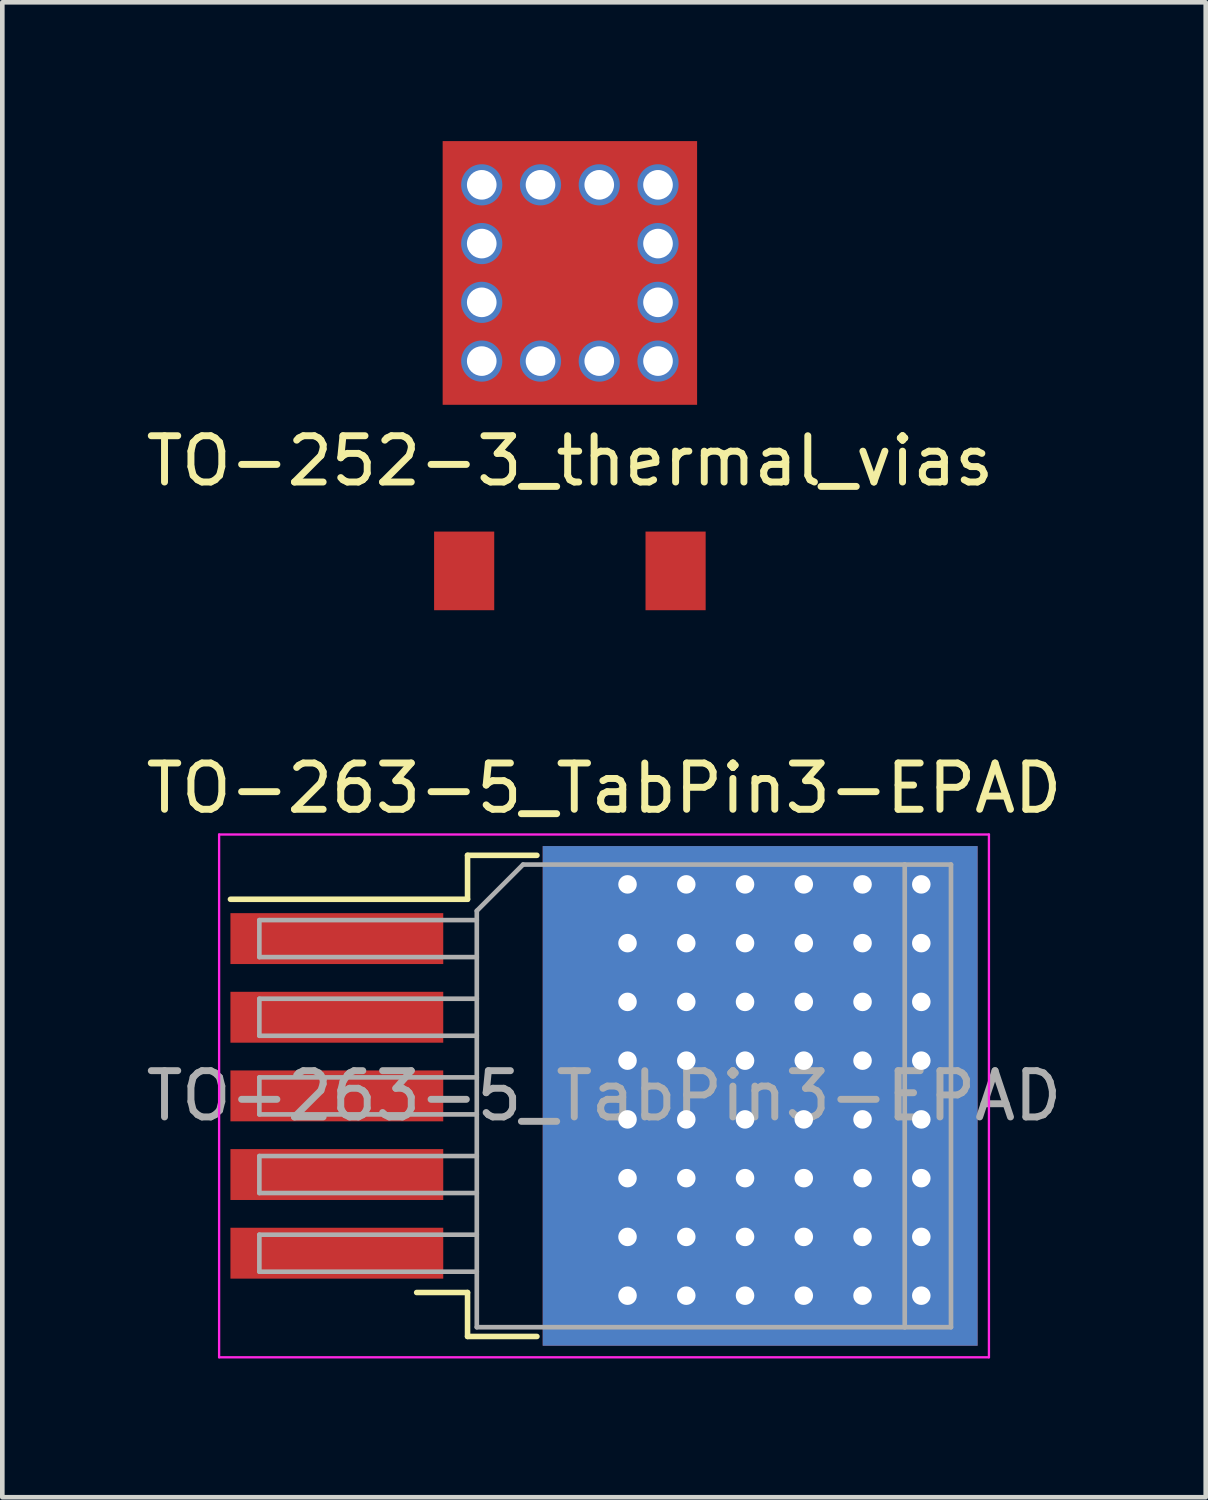
<source format=kicad_pcb>
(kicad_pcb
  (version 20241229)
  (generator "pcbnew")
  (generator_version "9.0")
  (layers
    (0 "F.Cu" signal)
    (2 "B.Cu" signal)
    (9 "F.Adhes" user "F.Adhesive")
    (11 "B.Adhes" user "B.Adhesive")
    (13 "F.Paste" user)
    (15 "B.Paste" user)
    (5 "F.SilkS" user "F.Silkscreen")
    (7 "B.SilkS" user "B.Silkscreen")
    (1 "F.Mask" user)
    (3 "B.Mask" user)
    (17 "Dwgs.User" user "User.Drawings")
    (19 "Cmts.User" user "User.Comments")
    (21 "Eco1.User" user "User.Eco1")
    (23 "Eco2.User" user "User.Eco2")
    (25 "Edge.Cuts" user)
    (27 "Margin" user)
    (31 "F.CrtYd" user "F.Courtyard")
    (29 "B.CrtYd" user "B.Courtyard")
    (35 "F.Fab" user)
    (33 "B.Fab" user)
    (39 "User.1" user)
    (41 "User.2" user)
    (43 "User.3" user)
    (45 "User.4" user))
  (footprint "TO-252-3_thermal_vias"
    (layer "F.Cu")
    (at 9.268 2.85)
    (property "Reference" "TO-252-3_thermal_vias" (at 0 4.064 0) (layer "F.SilkS") (effects (font (size 1 1) (thickness 0.15))))
    (attr through_hole)
    (pad "" thru_hole circle (at -1.905 -1.905) (size 0.89 0.89) (drill 0.64) (layers "*.Cu" "B.Mask" "B.Paste"))
    (pad "" thru_hole circle (at -1.905 -0.635) (size 0.89 0.89) (drill 0.64) (layers "*.Cu" "B.Mask" "B.Paste"))
    (pad "" thru_hole circle (at -1.905 0.635) (size 0.89 0.89) (drill 0.64) (layers "*.Cu" "B.Mask" "B.Paste"))
    (pad "" thru_hole circle (at -1.905 1.905) (size 0.89 0.89) (drill 0.64) (layers "*.Cu" "B.Mask" "B.Paste"))
    (pad "" thru_hole circle (at -0.635 -1.905) (size 0.89 0.89) (drill 0.64) (layers "*.Cu" "B.Mask" "B.Paste"))
    (pad "" thru_hole circle (at -0.635 1.905) (size 0.89 0.89) (drill 0.64) (layers "*.Cu" "B.Mask" "B.Paste"))
    (pad "" thru_hole circle (at 0.635 -1.905 90) (size 0.89 0.89) (drill 0.64) (layers "*.Cu" "B.Mask" "B.Paste"))
    (pad "" thru_hole circle (at 0.635 1.905) (size 0.89 0.89) (drill 0.64) (layers "*.Cu" "B.Mask" "B.Paste"))
    (pad "" thru_hole circle (at 1.905 -1.905) (size 0.89 0.89) (drill 0.64) (layers "*.Cu" "B.Mask" "B.Paste"))
    (pad "" thru_hole circle (at 1.905 -0.635) (size 0.89 0.89) (drill 0.64) (layers "*.Cu" "B.Mask" "B.Paste"))
    (pad "" thru_hole circle (at 1.905 0.635) (size 0.89 0.89) (drill 0.64) (layers "*.Cu" "B.Mask" "B.Paste"))
    (pad "" thru_hole circle (at 1.905 1.905) (size 0.89 0.89) (drill 0.64) (layers "*.Cu" "B.Mask" "B.Paste"))
    (pad "1" smd rect (at -2.285 6.44) (size 1.3 1.7) (layers "F.Cu" "F.Mask" "F.Paste"))
    (pad "2" smd rect (at 0 0) (size 5.5 5.7) (layers "F.Cu"))
    (pad "3" smd rect (at 2.285 6.44) (size 1.3 1.7) (layers "F.Cu" "F.Mask" "F.Paste")))
  (footprint "TO-263-5_TabPin3-EPAD"
    (layer "F.Cu")
    (at 10.006 20.638)
    (property "Reference" "TO-263-5_TabPin3-EPAD" (at 0 -6.65 0) (layer "F.SilkS") (effects (font (size 1 1) (thickness 0.15))))
    (attr smd)
    (fp_line (start -2.95 -5.2) (end -2.95 -4.25) (stroke (width 0.12) (type solid)) (layer "F.SilkS"))
    (fp_line (start -2.95 -4.25) (end -8.075 -4.25) (stroke (width 0.12) (type solid)) (layer "F.SilkS"))
    (fp_line (start -2.95 4.25) (end -4.05 4.25) (stroke (width 0.12) (type solid)) (layer "F.SilkS"))
    (fp_line (start -2.95 5.2) (end -2.95 4.25) (stroke (width 0.12) (type solid)) (layer "F.SilkS"))
    (fp_line (start -1.45 -5.2) (end -2.95 -5.2) (stroke (width 0.12) (type solid)) (layer "F.SilkS"))
    (fp_line (start -1.45 5.2) (end -2.95 5.2) (stroke (width 0.12) (type solid)) (layer "F.SilkS"))
    (fp_line (start -8.32 -5.65) (end -8.32 5.65) (stroke (width 0.05) (type solid)) (layer "F.CrtYd"))
    (fp_line (start -8.32 5.65) (end 8.32 5.65) (stroke (width 0.05) (type solid)) (layer "F.CrtYd"))
    (fp_line (start 8.32 -5.65) (end -8.32 -5.65) (stroke (width 0.05) (type solid)) (layer "F.CrtYd"))
    (fp_line (start 8.32 5.65) (end 8.32 -5.65) (stroke (width 0.05) (type solid)) (layer "F.CrtYd"))
    (fp_line (start -7.45 -3.8) (end -7.45 -3) (stroke (width 0.1) (type solid)) (layer "F.Fab"))
    (fp_line (start -7.45 -3) (end -2.75 -3) (stroke (width 0.1) (type solid)) (layer "F.Fab"))
    (fp_line (start -7.45 -2.1) (end -7.45 -1.3) (stroke (width 0.1) (type solid)) (layer "F.Fab"))
    (fp_line (start -7.45 -1.3) (end -2.75 -1.3) (stroke (width 0.1) (type solid)) (layer "F.Fab"))
    (fp_line (start -7.45 -0.4) (end -7.45 0.4) (stroke (width 0.1) (type solid)) (layer "F.Fab"))
    (fp_line (start -7.45 0.4) (end -2.75 0.4) (stroke (width 0.1) (type solid)) (layer "F.Fab"))
    (fp_line (start -7.45 1.3) (end -7.45 2.1) (stroke (width 0.1) (type solid)) (layer "F.Fab"))
    (fp_line (start -7.45 2.1) (end -2.75 2.1) (stroke (width 0.1) (type solid)) (layer "F.Fab"))
    (fp_line (start -7.45 3) (end -7.45 3.8) (stroke (width 0.1) (type solid)) (layer "F.Fab"))
    (fp_line (start -7.45 3.8) (end -2.75 3.8) (stroke (width 0.1) (type solid)) (layer "F.Fab"))
    (fp_line (start -2.75 -4) (end -1.75 -5) (stroke (width 0.1) (type solid)) (layer "F.Fab"))
    (fp_line (start -2.75 -3.8) (end -7.45 -3.8) (stroke (width 0.1) (type solid)) (layer "F.Fab"))
    (fp_line (start -2.75 -2.1) (end -7.45 -2.1) (stroke (width 0.1) (type solid)) (layer "F.Fab"))
    (fp_line (start -2.75 -0.4) (end -7.45 -0.4) (stroke (width 0.1) (type solid)) (layer "F.Fab"))
    (fp_line (start -2.75 1.3) (end -7.45 1.3) (stroke (width 0.1) (type solid)) (layer "F.Fab"))
    (fp_line (start -2.75 3) (end -7.45 3) (stroke (width 0.1) (type solid)) (layer "F.Fab"))
    (fp_line (start -2.75 5) (end -2.75 -4) (stroke (width 0.1) (type solid)) (layer "F.Fab"))
    (fp_line (start -1.75 -5) (end 6.5 -5) (stroke (width 0.1) (type solid)) (layer "F.Fab"))
    (fp_line (start 6.5 -5) (end 6.5 5) (stroke (width 0.1) (type solid)) (layer "F.Fab"))
    (fp_line (start 6.5 -5) (end 7.5 -5) (stroke (width 0.1) (type solid)) (layer "F.Fab"))
    (fp_line (start 6.5 5) (end -2.75 5) (stroke (width 0.1) (type solid)) (layer "F.Fab"))
    (fp_line (start 7.5 -5) (end 7.5 5) (stroke (width 0.1) (type solid)) (layer "F.Fab"))
    (fp_line (start 7.5 5) (end 6.5 5) (stroke (width 0.1) (type solid)) (layer "F.Fab"))
    (fp_text user "${REFERENCE}" (at 0 0 0) (layer "F.Fab") (effects (font (size 1 1) (thickness 0.15))))
    (pad "" smd rect (at 0.95 -2.775) (size 4.55 5.25) (layers "F.Paste"))
    (pad "" smd rect (at 0.95 2.775) (size 4.55 5.25) (layers "F.Paste"))
    (pad "" smd rect (at 5.8 -2.775) (size 4.55 5.25) (layers "F.Paste"))
    (pad "" smd rect (at 5.8 2.775) (size 4.55 5.25) (layers "F.Paste"))
    (pad "1" smd rect (at -5.775 -3.4) (size 4.6 1.1) (layers "F.Cu" "F.Mask" "F.Paste"))
    (pad "2" smd rect (at -5.775 -1.7) (size 4.6 1.1) (layers "F.Cu" "F.Mask" "F.Paste"))
    (pad "3" smd rect (at -5.775 0) (size 4.6 1.1) (layers "F.Cu" "F.Mask" "F.Paste"))
    (pad "3" thru_hole circle (at 0.508 -4.572) (size 0.8 0.8) (drill 0.4) (layers "*.Cu" "*.Mask"))
    (pad "3" thru_hole circle (at 0.508 -3.302) (size 0.8 0.8) (drill 0.4) (layers "*.Cu" "*.Mask"))
    (pad "3" thru_hole circle (at 0.508 -2.032) (size 0.8 0.8) (drill 0.4) (layers "*.Cu" "*.Mask"))
    (pad "3" thru_hole circle (at 0.508 -0.762) (size 0.8 0.8) (drill 0.4) (layers "*.Cu" "*.Mask"))
    (pad "3" thru_hole circle (at 0.508 0.508) (size 0.8 0.8) (drill 0.4) (layers "*.Cu" "*.Mask"))
    (pad "3" thru_hole circle (at 0.508 1.778) (size 0.8 0.8) (drill 0.4) (layers "*.Cu" "*.Mask"))
    (pad "3" thru_hole circle (at 0.508 3.048) (size 0.8 0.8) (drill 0.4) (layers "*.Cu" "*.Mask"))
    (pad "3" thru_hole circle (at 0.508 4.318) (size 0.8 0.8) (drill 0.4) (layers "*.Cu" "*.Mask"))
    (pad "3" thru_hole circle (at 1.778 -4.572) (size 0.8 0.8) (drill 0.4) (layers "*.Cu" "*.Mask"))
    (pad "3" thru_hole circle (at 1.778 -3.302) (size 0.8 0.8) (drill 0.4) (layers "*.Cu" "*.Mask"))
    (pad "3" thru_hole circle (at 1.778 -2.032) (size 0.8 0.8) (drill 0.4) (layers "*.Cu" "*.Mask"))
    (pad "3" thru_hole circle (at 1.778 -0.762) (size 0.8 0.8) (drill 0.4) (layers "*.Cu" "*.Mask"))
    (pad "3" thru_hole circle (at 1.778 0.508) (size 0.8 0.8) (drill 0.4) (layers "*.Cu" "*.Mask"))
    (pad "3" thru_hole circle (at 1.778 1.778) (size 0.8 0.8) (drill 0.4) (layers "*.Cu" "*.Mask"))
    (pad "3" thru_hole circle (at 1.778 3.048) (size 0.8 0.8) (drill 0.4) (layers "*.Cu" "*.Mask"))
    (pad "3" thru_hole circle (at 1.778 4.318) (size 0.8 0.8) (drill 0.4) (layers "*.Cu" "*.Mask"))
    (pad "3" thru_hole circle (at 3.048 -4.572) (size 0.8 0.8) (drill 0.4) (layers "*.Cu" "*.Mask"))
    (pad "3" thru_hole circle (at 3.048 -3.302) (size 0.8 0.8) (drill 0.4) (layers "*.Cu" "*.Mask"))
    (pad "3" thru_hole circle (at 3.048 -2.032) (size 0.8 0.8) (drill 0.4) (layers "*.Cu" "*.Mask"))
    (pad "3" thru_hole circle (at 3.048 -0.762) (size 0.8 0.8) (drill 0.4) (layers "*.Cu" "*.Mask"))
    (pad "3" thru_hole circle (at 3.048 0.508) (size 0.8 0.8) (drill 0.4) (layers "*.Cu" "*.Mask"))
    (pad "3" thru_hole circle (at 3.048 1.778) (size 0.8 0.8) (drill 0.4) (layers "*.Cu" "*.Mask"))
    (pad "3" thru_hole circle (at 3.048 3.048) (size 0.8 0.8) (drill 0.4) (layers "*.Cu" "*.Mask"))
    (pad "3" thru_hole circle (at 3.048 4.318) (size 0.8 0.8) (drill 0.4) (layers "*.Cu" "*.Mask"))
    (pad "3" smd rect (at 3.375 0) (size 9.4 10.8) (layers "F.Cu" "F.Mask"))
    (pad "3" smd rect (at 3.375 0) (size 9.4 10.8) (layers "B.Cu"))
    (pad "3" thru_hole circle (at 4.318 -4.572) (size 0.8 0.8) (drill 0.4) (layers "*.Cu" "*.Mask"))
    (pad "3" thru_hole circle (at 4.318 -3.302) (size 0.8 0.8) (drill 0.4) (layers "*.Cu" "*.Mask"))
    (pad "3" thru_hole circle (at 4.318 -2.032) (size 0.8 0.8) (drill 0.4) (layers "*.Cu" "*.Mask"))
    (pad "3" thru_hole circle (at 4.318 -0.762) (size 0.8 0.8) (drill 0.4) (layers "*.Cu" "*.Mask"))
    (pad "3" thru_hole circle (at 4.318 0.508) (size 0.8 0.8) (drill 0.4) (layers "*.Cu" "*.Mask"))
    (pad "3" thru_hole circle (at 4.318 1.778) (size 0.8 0.8) (drill 0.4) (layers "*.Cu" "*.Mask"))
    (pad "3" thru_hole circle (at 4.318 3.048) (size 0.8 0.8) (drill 0.4) (layers "*.Cu" "*.Mask"))
    (pad "3" thru_hole circle (at 4.318 4.318) (size 0.8 0.8) (drill 0.4) (layers "*.Cu" "*.Mask"))
    (pad "3" thru_hole circle (at 5.588 -4.572) (size 0.8 0.8) (drill 0.4) (layers "*.Cu" "*.Mask"))
    (pad "3" thru_hole circle (at 5.588 -3.302) (size 0.8 0.8) (drill 0.4) (layers "*.Cu" "*.Mask"))
    (pad "3" thru_hole circle (at 5.588 -2.032) (size 0.8 0.8) (drill 0.4) (layers "*.Cu" "*.Mask"))
    (pad "3" thru_hole circle (at 5.588 -0.762) (size 0.8 0.8) (drill 0.4) (layers "*.Cu" "*.Mask"))
    (pad "3" thru_hole circle (at 5.588 0.508) (size 0.8 0.8) (drill 0.4) (layers "*.Cu" "*.Mask"))
    (pad "3" thru_hole circle (at 5.588 1.778) (size 0.8 0.8) (drill 0.4) (layers "*.Cu" "*.Mask"))
    (pad "3" thru_hole circle (at 5.588 3.048) (size 0.8 0.8) (drill 0.4) (layers "*.Cu" "*.Mask"))
    (pad "3" thru_hole circle (at 5.588 4.318) (size 0.8 0.8) (drill 0.4) (layers "*.Cu" "*.Mask"))
    (pad "3" thru_hole circle (at 6.858 -4.572) (size 0.8 0.8) (drill 0.4) (layers "*.Cu" "*.Mask"))
    (pad "3" thru_hole circle (at 6.858 -3.302) (size 0.8 0.8) (drill 0.4) (layers "*.Cu" "*.Mask"))
    (pad "3" thru_hole circle (at 6.858 -2.032) (size 0.8 0.8) (drill 0.4) (layers "*.Cu" "*.Mask"))
    (pad "3" thru_hole circle (at 6.858 -0.762) (size 0.8 0.8) (drill 0.4) (layers "*.Cu" "*.Mask"))
    (pad "3" thru_hole circle (at 6.858 0.508) (size 0.8 0.8) (drill 0.4) (layers "*.Cu" "*.Mask"))
    (pad "3" thru_hole circle (at 6.858 1.778) (size 0.8 0.8) (drill 0.4) (layers "*.Cu" "*.Mask"))
    (pad "3" thru_hole circle (at 6.858 3.048) (size 0.8 0.8) (drill 0.4) (layers "*.Cu" "*.Mask"))
    (pad "3" thru_hole circle (at 6.858 4.318) (size 0.8 0.8) (drill 0.4) (layers "*.Cu" "*.Mask"))
    (pad "4" smd rect (at -5.775 1.7) (size 4.6 1.1) (layers "F.Cu" "F.Mask" "F.Paste"))
    (pad "5" smd rect (at -5.775 3.4) (size 4.6 1.1) (layers "F.Cu" "F.Mask" "F.Paste")))
  (gr_rect
    (start -3 -3)
    (end 23.012 29.313)
    (stroke (width 0.1) (type default))
    (fill no)
    (layer "Edge.Cuts")))
</source>
